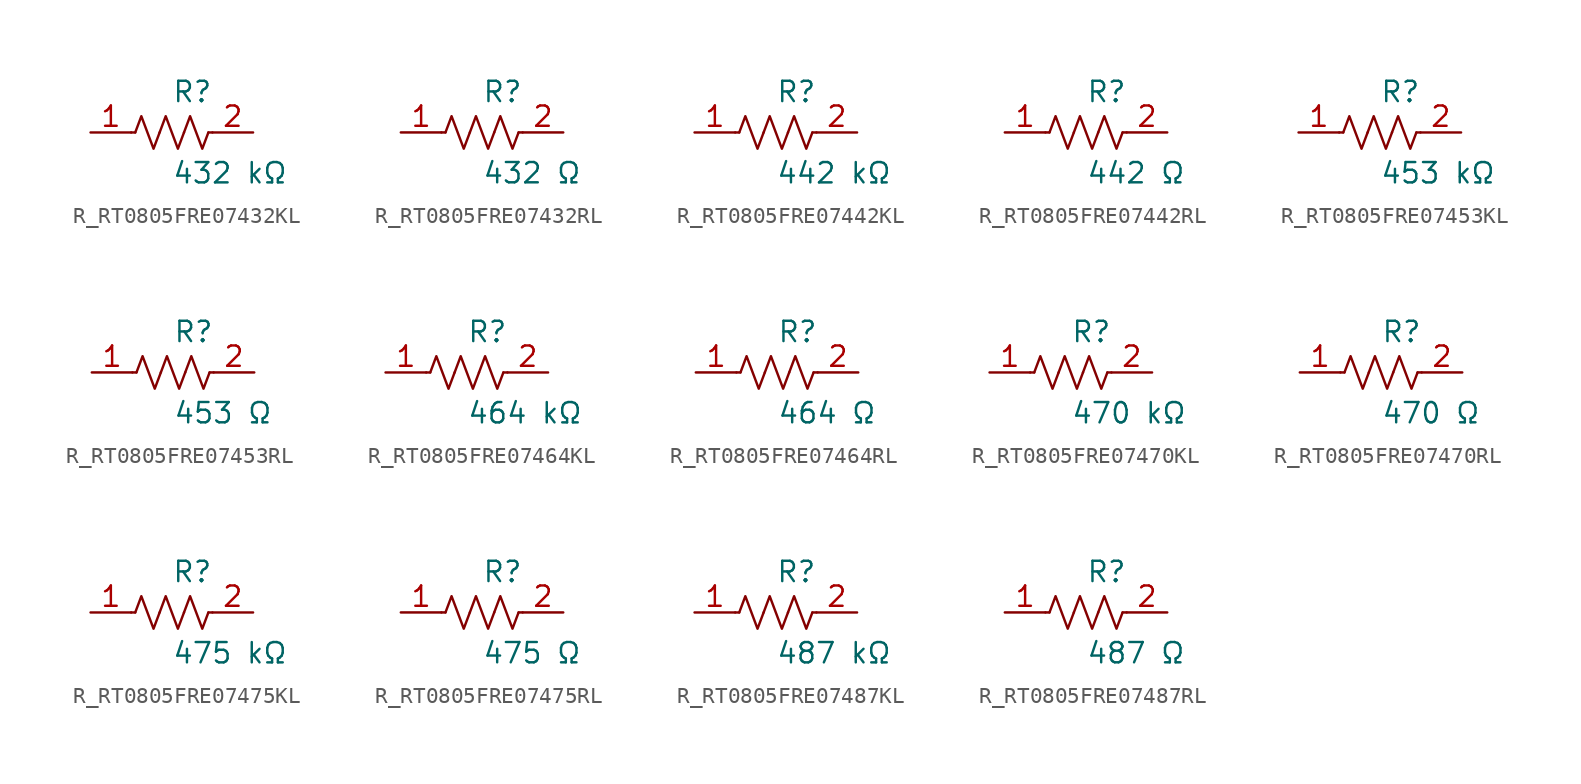
<source format=kicad_sym>
(kicad_symbol_lib
  (version 20231120)
  (generator kicad_symbol_editor)
  (generator_version 8.0)
  (symbol "R_RT0805FRE07432KL"
    (pin_names
      (offset 0.254))
    (property "Reference" "R"
      (at 0 2.54 0)
      (effects (font (size 1.27 1.27)) (justify left)))
    (property "Value" "432 kΩ"
      (at 0 -2.54 0)
      (effects (font (size 1.27 1.27)) (justify left)))
    (symbol "R_RT0805FRE07432KL_0_1"
      (polyline (pts (xy 2.286 0) (xy 2.54 0)) (stroke (width 0) (type default)) (fill (type none)))
      (polyline (pts (xy -2.286 0) (xy -2.54 0)) (stroke (width 0) (type default)) (fill (type none)))
      (polyline (pts (xy 0.762 0) (xy 1.143 1.016) (xy 1.524 0) (xy 1.905 -1.016) (xy 2.286 0)) (stroke (width 0) (type default)) (fill (type none)))
      (polyline (pts (xy -0.762 0) (xy -0.381 1.016) (xy 0 0) (xy 0.381 -1.016) (xy 0.762 0)) (stroke (width 0) (type default)) (fill (type none)))
      (polyline (pts (xy -2.286 0) (xy -1.905 1.016) (xy -1.524 0) (xy -1.143 -1.016) (xy -0.762 0)) (stroke (width 0) (type default)) (fill (type none))))
    (pin passive line
      (at -5.08 0 0)
      (length 2.54)
      (name "" (effects (font (size 1.27 1.27))))
      (number "1" (effects (font (size 1.27 1.27)))))
    (pin passive line
      (at 5.08 0 180)
      (length 2.54)
      (name "" (effects (font (size 1.27 1.27))))
      (number "2" (effects (font (size 1.27 1.27))))))
  (symbol "R_RT0805FRE07432RL"
    (pin_names
      (offset 0.254))
    (property "Reference" "R"
      (at 0 2.54 0)
      (effects (font (size 1.27 1.27)) (justify left)))
    (property "Value" "432 Ω"
      (at 0 -2.54 0)
      (effects (font (size 1.27 1.27)) (justify left)))
    (symbol "R_RT0805FRE07432RL_0_1"
      (polyline (pts (xy 2.286 0) (xy 2.54 0)) (stroke (width 0) (type default)) (fill (type none)))
      (polyline (pts (xy -2.286 0) (xy -2.54 0)) (stroke (width 0) (type default)) (fill (type none)))
      (polyline (pts (xy 0.762 0) (xy 1.143 1.016) (xy 1.524 0) (xy 1.905 -1.016) (xy 2.286 0)) (stroke (width 0) (type default)) (fill (type none)))
      (polyline (pts (xy -0.762 0) (xy -0.381 1.016) (xy 0 0) (xy 0.381 -1.016) (xy 0.762 0)) (stroke (width 0) (type default)) (fill (type none)))
      (polyline (pts (xy -2.286 0) (xy -1.905 1.016) (xy -1.524 0) (xy -1.143 -1.016) (xy -0.762 0)) (stroke (width 0) (type default)) (fill (type none))))
    (pin passive line
      (at -5.08 0 0)
      (length 2.54)
      (name "" (effects (font (size 1.27 1.27))))
      (number "1" (effects (font (size 1.27 1.27)))))
    (pin passive line
      (at 5.08 0 180)
      (length 2.54)
      (name "" (effects (font (size 1.27 1.27))))
      (number "2" (effects (font (size 1.27 1.27))))))
  (symbol "R_RT0805FRE07442KL"
    (pin_names
      (offset 0.254))
    (property "Reference" "R"
      (at 0 2.54 0)
      (effects (font (size 1.27 1.27)) (justify left)))
    (property "Value" "442 kΩ"
      (at 0 -2.54 0)
      (effects (font (size 1.27 1.27)) (justify left)))
    (symbol "R_RT0805FRE07442KL_0_1"
      (polyline (pts (xy 2.286 0) (xy 2.54 0)) (stroke (width 0) (type default)) (fill (type none)))
      (polyline (pts (xy -2.286 0) (xy -2.54 0)) (stroke (width 0) (type default)) (fill (type none)))
      (polyline (pts (xy 0.762 0) (xy 1.143 1.016) (xy 1.524 0) (xy 1.905 -1.016) (xy 2.286 0)) (stroke (width 0) (type default)) (fill (type none)))
      (polyline (pts (xy -0.762 0) (xy -0.381 1.016) (xy 0 0) (xy 0.381 -1.016) (xy 0.762 0)) (stroke (width 0) (type default)) (fill (type none)))
      (polyline (pts (xy -2.286 0) (xy -1.905 1.016) (xy -1.524 0) (xy -1.143 -1.016) (xy -0.762 0)) (stroke (width 0) (type default)) (fill (type none))))
    (pin passive line
      (at -5.08 0 0)
      (length 2.54)
      (name "" (effects (font (size 1.27 1.27))))
      (number "1" (effects (font (size 1.27 1.27)))))
    (pin passive line
      (at 5.08 0 180)
      (length 2.54)
      (name "" (effects (font (size 1.27 1.27))))
      (number "2" (effects (font (size 1.27 1.27))))))
  (symbol "R_RT0805FRE07442RL"
    (pin_names
      (offset 0.254))
    (property "Reference" "R"
      (at 0 2.54 0)
      (effects (font (size 1.27 1.27)) (justify left)))
    (property "Value" "442 Ω"
      (at 0 -2.54 0)
      (effects (font (size 1.27 1.27)) (justify left)))
    (symbol "R_RT0805FRE07442RL_0_1"
      (polyline (pts (xy 2.286 0) (xy 2.54 0)) (stroke (width 0) (type default)) (fill (type none)))
      (polyline (pts (xy -2.286 0) (xy -2.54 0)) (stroke (width 0) (type default)) (fill (type none)))
      (polyline (pts (xy 0.762 0) (xy 1.143 1.016) (xy 1.524 0) (xy 1.905 -1.016) (xy 2.286 0)) (stroke (width 0) (type default)) (fill (type none)))
      (polyline (pts (xy -0.762 0) (xy -0.381 1.016) (xy 0 0) (xy 0.381 -1.016) (xy 0.762 0)) (stroke (width 0) (type default)) (fill (type none)))
      (polyline (pts (xy -2.286 0) (xy -1.905 1.016) (xy -1.524 0) (xy -1.143 -1.016) (xy -0.762 0)) (stroke (width 0) (type default)) (fill (type none))))
    (pin passive line
      (at -5.08 0 0)
      (length 2.54)
      (name "" (effects (font (size 1.27 1.27))))
      (number "1" (effects (font (size 1.27 1.27)))))
    (pin passive line
      (at 5.08 0 180)
      (length 2.54)
      (name "" (effects (font (size 1.27 1.27))))
      (number "2" (effects (font (size 1.27 1.27))))))
  (symbol "R_RT0805FRE07453KL"
    (pin_names
      (offset 0.254))
    (property "Reference" "R"
      (at 0 2.54 0)
      (effects (font (size 1.27 1.27)) (justify left)))
    (property "Value" "453 kΩ"
      (at 0 -2.54 0)
      (effects (font (size 1.27 1.27)) (justify left)))
    (symbol "R_RT0805FRE07453KL_0_1"
      (polyline (pts (xy 2.286 0) (xy 2.54 0)) (stroke (width 0) (type default)) (fill (type none)))
      (polyline (pts (xy -2.286 0) (xy -2.54 0)) (stroke (width 0) (type default)) (fill (type none)))
      (polyline (pts (xy 0.762 0) (xy 1.143 1.016) (xy 1.524 0) (xy 1.905 -1.016) (xy 2.286 0)) (stroke (width 0) (type default)) (fill (type none)))
      (polyline (pts (xy -0.762 0) (xy -0.381 1.016) (xy 0 0) (xy 0.381 -1.016) (xy 0.762 0)) (stroke (width 0) (type default)) (fill (type none)))
      (polyline (pts (xy -2.286 0) (xy -1.905 1.016) (xy -1.524 0) (xy -1.143 -1.016) (xy -0.762 0)) (stroke (width 0) (type default)) (fill (type none))))
    (pin passive line
      (at -5.08 0 0)
      (length 2.54)
      (name "" (effects (font (size 1.27 1.27))))
      (number "1" (effects (font (size 1.27 1.27)))))
    (pin passive line
      (at 5.08 0 180)
      (length 2.54)
      (name "" (effects (font (size 1.27 1.27))))
      (number "2" (effects (font (size 1.27 1.27))))))
  (symbol "R_RT0805FRE07453RL"
    (pin_names
      (offset 0.254))
    (property "Reference" "R"
      (at 0 2.54 0)
      (effects (font (size 1.27 1.27)) (justify left)))
    (property "Value" "453 Ω"
      (at 0 -2.54 0)
      (effects (font (size 1.27 1.27)) (justify left)))
    (symbol "R_RT0805FRE07453RL_0_1"
      (polyline (pts (xy 2.286 0) (xy 2.54 0)) (stroke (width 0) (type default)) (fill (type none)))
      (polyline (pts (xy -2.286 0) (xy -2.54 0)) (stroke (width 0) (type default)) (fill (type none)))
      (polyline (pts (xy 0.762 0) (xy 1.143 1.016) (xy 1.524 0) (xy 1.905 -1.016) (xy 2.286 0)) (stroke (width 0) (type default)) (fill (type none)))
      (polyline (pts (xy -0.762 0) (xy -0.381 1.016) (xy 0 0) (xy 0.381 -1.016) (xy 0.762 0)) (stroke (width 0) (type default)) (fill (type none)))
      (polyline (pts (xy -2.286 0) (xy -1.905 1.016) (xy -1.524 0) (xy -1.143 -1.016) (xy -0.762 0)) (stroke (width 0) (type default)) (fill (type none))))
    (pin passive line
      (at -5.08 0 0)
      (length 2.54)
      (name "" (effects (font (size 1.27 1.27))))
      (number "1" (effects (font (size 1.27 1.27)))))
    (pin passive line
      (at 5.08 0 180)
      (length 2.54)
      (name "" (effects (font (size 1.27 1.27))))
      (number "2" (effects (font (size 1.27 1.27))))))
  (symbol "R_RT0805FRE07464KL"
    (pin_names
      (offset 0.254))
    (property "Reference" "R"
      (at 0 2.54 0)
      (effects (font (size 1.27 1.27)) (justify left)))
    (property "Value" "464 kΩ"
      (at 0 -2.54 0)
      (effects (font (size 1.27 1.27)) (justify left)))
    (symbol "R_RT0805FRE07464KL_0_1"
      (polyline (pts (xy 2.286 0) (xy 2.54 0)) (stroke (width 0) (type default)) (fill (type none)))
      (polyline (pts (xy -2.286 0) (xy -2.54 0)) (stroke (width 0) (type default)) (fill (type none)))
      (polyline (pts (xy 0.762 0) (xy 1.143 1.016) (xy 1.524 0) (xy 1.905 -1.016) (xy 2.286 0)) (stroke (width 0) (type default)) (fill (type none)))
      (polyline (pts (xy -0.762 0) (xy -0.381 1.016) (xy 0 0) (xy 0.381 -1.016) (xy 0.762 0)) (stroke (width 0) (type default)) (fill (type none)))
      (polyline (pts (xy -2.286 0) (xy -1.905 1.016) (xy -1.524 0) (xy -1.143 -1.016) (xy -0.762 0)) (stroke (width 0) (type default)) (fill (type none))))
    (pin passive line
      (at -5.08 0 0)
      (length 2.54)
      (name "" (effects (font (size 1.27 1.27))))
      (number "1" (effects (font (size 1.27 1.27)))))
    (pin passive line
      (at 5.08 0 180)
      (length 2.54)
      (name "" (effects (font (size 1.27 1.27))))
      (number "2" (effects (font (size 1.27 1.27))))))
  (symbol "R_RT0805FRE07464RL"
    (pin_names
      (offset 0.254))
    (property "Reference" "R"
      (at 0 2.54 0)
      (effects (font (size 1.27 1.27)) (justify left)))
    (property "Value" "464 Ω"
      (at 0 -2.54 0)
      (effects (font (size 1.27 1.27)) (justify left)))
    (symbol "R_RT0805FRE07464RL_0_1"
      (polyline (pts (xy 2.286 0) (xy 2.54 0)) (stroke (width 0) (type default)) (fill (type none)))
      (polyline (pts (xy -2.286 0) (xy -2.54 0)) (stroke (width 0) (type default)) (fill (type none)))
      (polyline (pts (xy 0.762 0) (xy 1.143 1.016) (xy 1.524 0) (xy 1.905 -1.016) (xy 2.286 0)) (stroke (width 0) (type default)) (fill (type none)))
      (polyline (pts (xy -0.762 0) (xy -0.381 1.016) (xy 0 0) (xy 0.381 -1.016) (xy 0.762 0)) (stroke (width 0) (type default)) (fill (type none)))
      (polyline (pts (xy -2.286 0) (xy -1.905 1.016) (xy -1.524 0) (xy -1.143 -1.016) (xy -0.762 0)) (stroke (width 0) (type default)) (fill (type none))))
    (pin passive line
      (at -5.08 0 0)
      (length 2.54)
      (name "" (effects (font (size 1.27 1.27))))
      (number "1" (effects (font (size 1.27 1.27)))))
    (pin passive line
      (at 5.08 0 180)
      (length 2.54)
      (name "" (effects (font (size 1.27 1.27))))
      (number "2" (effects (font (size 1.27 1.27))))))
  (symbol "R_RT0805FRE07470KL"
    (pin_names
      (offset 0.254))
    (property "Reference" "R"
      (at 0 2.54 0)
      (effects (font (size 1.27 1.27)) (justify left)))
    (property "Value" "470 kΩ"
      (at 0 -2.54 0)
      (effects (font (size 1.27 1.27)) (justify left)))
    (symbol "R_RT0805FRE07470KL_0_1"
      (polyline (pts (xy 2.286 0) (xy 2.54 0)) (stroke (width 0) (type default)) (fill (type none)))
      (polyline (pts (xy -2.286 0) (xy -2.54 0)) (stroke (width 0) (type default)) (fill (type none)))
      (polyline (pts (xy 0.762 0) (xy 1.143 1.016) (xy 1.524 0) (xy 1.905 -1.016) (xy 2.286 0)) (stroke (width 0) (type default)) (fill (type none)))
      (polyline (pts (xy -0.762 0) (xy -0.381 1.016) (xy 0 0) (xy 0.381 -1.016) (xy 0.762 0)) (stroke (width 0) (type default)) (fill (type none)))
      (polyline (pts (xy -2.286 0) (xy -1.905 1.016) (xy -1.524 0) (xy -1.143 -1.016) (xy -0.762 0)) (stroke (width 0) (type default)) (fill (type none))))
    (pin passive line
      (at -5.08 0 0)
      (length 2.54)
      (name "" (effects (font (size 1.27 1.27))))
      (number "1" (effects (font (size 1.27 1.27)))))
    (pin passive line
      (at 5.08 0 180)
      (length 2.54)
      (name "" (effects (font (size 1.27 1.27))))
      (number "2" (effects (font (size 1.27 1.27))))))
  (symbol "R_RT0805FRE07470RL"
    (pin_names
      (offset 0.254))
    (property "Reference" "R"
      (at 0 2.54 0)
      (effects (font (size 1.27 1.27)) (justify left)))
    (property "Value" "470 Ω"
      (at 0 -2.54 0)
      (effects (font (size 1.27 1.27)) (justify left)))
    (symbol "R_RT0805FRE07470RL_0_1"
      (polyline (pts (xy 2.286 0) (xy 2.54 0)) (stroke (width 0) (type default)) (fill (type none)))
      (polyline (pts (xy -2.286 0) (xy -2.54 0)) (stroke (width 0) (type default)) (fill (type none)))
      (polyline (pts (xy 0.762 0) (xy 1.143 1.016) (xy 1.524 0) (xy 1.905 -1.016) (xy 2.286 0)) (stroke (width 0) (type default)) (fill (type none)))
      (polyline (pts (xy -0.762 0) (xy -0.381 1.016) (xy 0 0) (xy 0.381 -1.016) (xy 0.762 0)) (stroke (width 0) (type default)) (fill (type none)))
      (polyline (pts (xy -2.286 0) (xy -1.905 1.016) (xy -1.524 0) (xy -1.143 -1.016) (xy -0.762 0)) (stroke (width 0) (type default)) (fill (type none))))
    (pin passive line
      (at -5.08 0 0)
      (length 2.54)
      (name "" (effects (font (size 1.27 1.27))))
      (number "1" (effects (font (size 1.27 1.27)))))
    (pin passive line
      (at 5.08 0 180)
      (length 2.54)
      (name "" (effects (font (size 1.27 1.27))))
      (number "2" (effects (font (size 1.27 1.27))))))
  (symbol "R_RT0805FRE07475KL"
    (pin_names
      (offset 0.254))
    (property "Reference" "R"
      (at 0 2.54 0)
      (effects (font (size 1.27 1.27)) (justify left)))
    (property "Value" "475 kΩ"
      (at 0 -2.54 0)
      (effects (font (size 1.27 1.27)) (justify left)))
    (symbol "R_RT0805FRE07475KL_0_1"
      (polyline (pts (xy 2.286 0) (xy 2.54 0)) (stroke (width 0) (type default)) (fill (type none)))
      (polyline (pts (xy -2.286 0) (xy -2.54 0)) (stroke (width 0) (type default)) (fill (type none)))
      (polyline (pts (xy 0.762 0) (xy 1.143 1.016) (xy 1.524 0) (xy 1.905 -1.016) (xy 2.286 0)) (stroke (width 0) (type default)) (fill (type none)))
      (polyline (pts (xy -0.762 0) (xy -0.381 1.016) (xy 0 0) (xy 0.381 -1.016) (xy 0.762 0)) (stroke (width 0) (type default)) (fill (type none)))
      (polyline (pts (xy -2.286 0) (xy -1.905 1.016) (xy -1.524 0) (xy -1.143 -1.016) (xy -0.762 0)) (stroke (width 0) (type default)) (fill (type none))))
    (pin passive line
      (at -5.08 0 0)
      (length 2.54)
      (name "" (effects (font (size 1.27 1.27))))
      (number "1" (effects (font (size 1.27 1.27)))))
    (pin passive line
      (at 5.08 0 180)
      (length 2.54)
      (name "" (effects (font (size 1.27 1.27))))
      (number "2" (effects (font (size 1.27 1.27))))))
  (symbol "R_RT0805FRE07475RL"
    (pin_names
      (offset 0.254))
    (property "Reference" "R"
      (at 0 2.54 0)
      (effects (font (size 1.27 1.27)) (justify left)))
    (property "Value" "475 Ω"
      (at 0 -2.54 0)
      (effects (font (size 1.27 1.27)) (justify left)))
    (symbol "R_RT0805FRE07475RL_0_1"
      (polyline (pts (xy 2.286 0) (xy 2.54 0)) (stroke (width 0) (type default)) (fill (type none)))
      (polyline (pts (xy -2.286 0) (xy -2.54 0)) (stroke (width 0) (type default)) (fill (type none)))
      (polyline (pts (xy 0.762 0) (xy 1.143 1.016) (xy 1.524 0) (xy 1.905 -1.016) (xy 2.286 0)) (stroke (width 0) (type default)) (fill (type none)))
      (polyline (pts (xy -0.762 0) (xy -0.381 1.016) (xy 0 0) (xy 0.381 -1.016) (xy 0.762 0)) (stroke (width 0) (type default)) (fill (type none)))
      (polyline (pts (xy -2.286 0) (xy -1.905 1.016) (xy -1.524 0) (xy -1.143 -1.016) (xy -0.762 0)) (stroke (width 0) (type default)) (fill (type none))))
    (pin passive line
      (at -5.08 0 0)
      (length 2.54)
      (name "" (effects (font (size 1.27 1.27))))
      (number "1" (effects (font (size 1.27 1.27)))))
    (pin passive line
      (at 5.08 0 180)
      (length 2.54)
      (name "" (effects (font (size 1.27 1.27))))
      (number "2" (effects (font (size 1.27 1.27))))))
  (symbol "R_RT0805FRE07487KL"
    (pin_names
      (offset 0.254))
    (property "Reference" "R"
      (at 0 2.54 0)
      (effects (font (size 1.27 1.27)) (justify left)))
    (property "Value" "487 kΩ"
      (at 0 -2.54 0)
      (effects (font (size 1.27 1.27)) (justify left)))
    (symbol "R_RT0805FRE07487KL_0_1"
      (polyline (pts (xy 2.286 0) (xy 2.54 0)) (stroke (width 0) (type default)) (fill (type none)))
      (polyline (pts (xy -2.286 0) (xy -2.54 0)) (stroke (width 0) (type default)) (fill (type none)))
      (polyline (pts (xy 0.762 0) (xy 1.143 1.016) (xy 1.524 0) (xy 1.905 -1.016) (xy 2.286 0)) (stroke (width 0) (type default)) (fill (type none)))
      (polyline (pts (xy -0.762 0) (xy -0.381 1.016) (xy 0 0) (xy 0.381 -1.016) (xy 0.762 0)) (stroke (width 0) (type default)) (fill (type none)))
      (polyline (pts (xy -2.286 0) (xy -1.905 1.016) (xy -1.524 0) (xy -1.143 -1.016) (xy -0.762 0)) (stroke (width 0) (type default)) (fill (type none))))
    (pin passive line
      (at -5.08 0 0)
      (length 2.54)
      (name "" (effects (font (size 1.27 1.27))))
      (number "1" (effects (font (size 1.27 1.27)))))
    (pin passive line
      (at 5.08 0 180)
      (length 2.54)
      (name "" (effects (font (size 1.27 1.27))))
      (number "2" (effects (font (size 1.27 1.27))))))
  (symbol "R_RT0805FRE07487RL"
    (pin_names
      (offset 0.254))
    (property "Reference" "R"
      (at 0 2.54 0)
      (effects (font (size 1.27 1.27)) (justify left)))
    (property "Value" "487 Ω"
      (at 0 -2.54 0)
      (effects (font (size 1.27 1.27)) (justify left)))
    (symbol "R_RT0805FRE07487RL_0_1"
      (polyline (pts (xy 2.286 0) (xy 2.54 0)) (stroke (width 0) (type default)) (fill (type none)))
      (polyline (pts (xy -2.286 0) (xy -2.54 0)) (stroke (width 0) (type default)) (fill (type none)))
      (polyline (pts (xy 0.762 0) (xy 1.143 1.016) (xy 1.524 0) (xy 1.905 -1.016) (xy 2.286 0)) (stroke (width 0) (type default)) (fill (type none)))
      (polyline (pts (xy -0.762 0) (xy -0.381 1.016) (xy 0 0) (xy 0.381 -1.016) (xy 0.762 0)) (stroke (width 0) (type default)) (fill (type none)))
      (polyline (pts (xy -2.286 0) (xy -1.905 1.016) (xy -1.524 0) (xy -1.143 -1.016) (xy -0.762 0)) (stroke (width 0) (type default)) (fill (type none))))
    (pin passive line
      (at -5.08 0 0)
      (length 2.54)
      (name "" (effects (font (size 1.27 1.27))))
      (number "1" (effects (font (size 1.27 1.27)))))
    (pin passive line
      (at 5.08 0 180)
      (length 2.54)
      (name "" (effects (font (size 1.27 1.27))))
      (number "2" (effects (font (size 1.27 1.27)))))))
</source>
